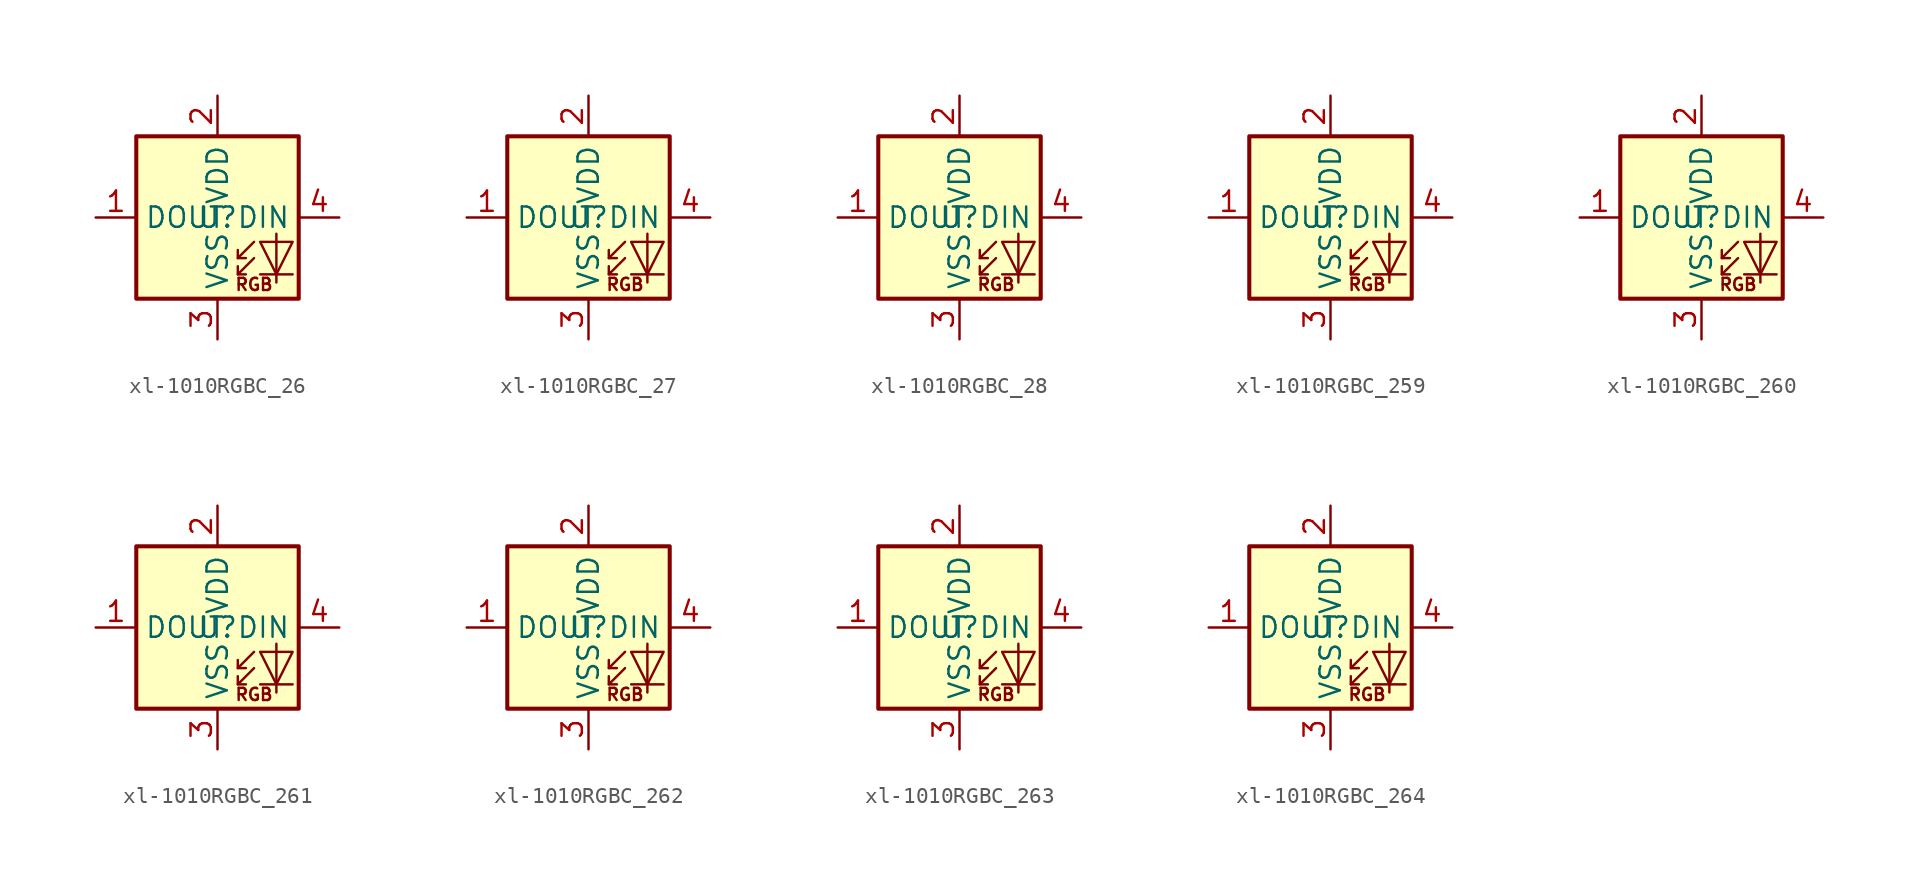
<source format=kicad_sym>
(kicad_symbol_lib
  (version 20231120)
  (generator "kicad_symbol_editor")
  (generator_version "8.0")
  (symbol "xl-1010RGBC_26"
    (property "Reference" "U"
      (at 0 0 0)
      (effects (font (size 1.27 1.27))))
    (property "Value" ""
      (at 0 0 0)
      (effects (font (size 1.27 1.27))))
    (symbol "xl-1010RGBC_26_0_0"
      (text "RGB" (at 2.286 -4.191 0) (effects (font (size 0.762 0.762)))))
    (symbol "xl-1010RGBC_26_0_1"
      (polyline (pts (xy 1.27 -3.556) (xy 1.778 -3.556)) (stroke (width 0) (type default)) (fill (type none)))
      (polyline (pts (xy 1.27 -2.54) (xy 1.778 -2.54)) (stroke (width 0) (type default)) (fill (type none)))
      (polyline (pts (xy 4.699 -3.556) (xy 2.667 -3.556)) (stroke (width 0) (type default)) (fill (type none)))
      (polyline (pts (xy 2.286 -2.54) (xy 1.27 -3.556) (xy 1.27 -3.048)) (stroke (width 0) (type default)) (fill (type none)))
      (polyline (pts (xy 2.286 -1.524) (xy 1.27 -2.54) (xy 1.27 -2.032)) (stroke (width 0) (type default)) (fill (type none)))
      (polyline (pts (xy 3.683 -1.016) (xy 3.683 -3.556) (xy 3.683 -4.064)) (stroke (width 0) (type default)) (fill (type none)))
      (polyline (pts (xy 4.699 -1.524) (xy 2.667 -1.524) (xy 3.683 -3.556) (xy 4.699 -1.524)) (stroke (width 0) (type default)) (fill (type none)))
      (rectangle (start 5.08 5.08) (end -5.08 -5.08) (stroke (width 0.254) (type default)) (fill (type background))))
    (symbol "xl-1010RGBC_26_1_1"
      (pin output line (at -7.62 0 0) (length 2.54) (name "DOUT" (effects (font (size 1.27 1.27)))) (number "1" (effects (font (size 1.27 1.27)))))
      (pin power_in line (at 0 7.62 270) (length 2.54) (name "VDD" (effects (font (size 1.27 1.27)))) (number "2" (effects (font (size 1.27 1.27)))))
      (pin power_in line (at 0 -7.62 90) (length 2.54) (name "VSS" (effects (font (size 1.27 1.27)))) (number "3" (effects (font (size 1.27 1.27)))))
      (pin input line (at 7.62 0 180) (length 2.54) (name "DIN" (effects (font (size 1.27 1.27)))) (number "4" (effects (font (size 1.27 1.27)))))))
  (symbol "xl-1010RGBC_27"
    (property "Reference" "U"
      (at 0 0 0)
      (effects (font (size 1.27 1.27))))
    (property "Value" ""
      (at 0 0 0)
      (effects (font (size 1.27 1.27))))
    (symbol "xl-1010RGBC_27_0_0"
      (text "RGB" (at 2.286 -4.191 0) (effects (font (size 0.762 0.762)))))
    (symbol "xl-1010RGBC_27_0_1"
      (polyline (pts (xy 1.27 -3.556) (xy 1.778 -3.556)) (stroke (width 0) (type default)) (fill (type none)))
      (polyline (pts (xy 1.27 -2.54) (xy 1.778 -2.54)) (stroke (width 0) (type default)) (fill (type none)))
      (polyline (pts (xy 4.699 -3.556) (xy 2.667 -3.556)) (stroke (width 0) (type default)) (fill (type none)))
      (polyline (pts (xy 2.286 -2.54) (xy 1.27 -3.556) (xy 1.27 -3.048)) (stroke (width 0) (type default)) (fill (type none)))
      (polyline (pts (xy 2.286 -1.524) (xy 1.27 -2.54) (xy 1.27 -2.032)) (stroke (width 0) (type default)) (fill (type none)))
      (polyline (pts (xy 3.683 -1.016) (xy 3.683 -3.556) (xy 3.683 -4.064)) (stroke (width 0) (type default)) (fill (type none)))
      (polyline (pts (xy 4.699 -1.524) (xy 2.667 -1.524) (xy 3.683 -3.556) (xy 4.699 -1.524)) (stroke (width 0) (type default)) (fill (type none)))
      (rectangle (start 5.08 5.08) (end -5.08 -5.08) (stroke (width 0.254) (type default)) (fill (type background))))
    (symbol "xl-1010RGBC_27_1_1"
      (pin output line (at -7.62 0 0) (length 2.54) (name "DOUT" (effects (font (size 1.27 1.27)))) (number "1" (effects (font (size 1.27 1.27)))))
      (pin power_in line (at 0 7.62 270) (length 2.54) (name "VDD" (effects (font (size 1.27 1.27)))) (number "2" (effects (font (size 1.27 1.27)))))
      (pin power_in line (at 0 -7.62 90) (length 2.54) (name "VSS" (effects (font (size 1.27 1.27)))) (number "3" (effects (font (size 1.27 1.27)))))
      (pin input line (at 7.62 0 180) (length 2.54) (name "DIN" (effects (font (size 1.27 1.27)))) (number "4" (effects (font (size 1.27 1.27)))))))
  (symbol "xl-1010RGBC_28"
    (property "Reference" "U"
      (at 0 0 0)
      (effects (font (size 1.27 1.27))))
    (property "Value" ""
      (at 0 0 0)
      (effects (font (size 1.27 1.27))))
    (symbol "xl-1010RGBC_28_0_0"
      (text "RGB" (at 2.286 -4.191 0) (effects (font (size 0.762 0.762)))))
    (symbol "xl-1010RGBC_28_0_1"
      (polyline (pts (xy 1.27 -3.556) (xy 1.778 -3.556)) (stroke (width 0) (type default)) (fill (type none)))
      (polyline (pts (xy 1.27 -2.54) (xy 1.778 -2.54)) (stroke (width 0) (type default)) (fill (type none)))
      (polyline (pts (xy 4.699 -3.556) (xy 2.667 -3.556)) (stroke (width 0) (type default)) (fill (type none)))
      (polyline (pts (xy 2.286 -2.54) (xy 1.27 -3.556) (xy 1.27 -3.048)) (stroke (width 0) (type default)) (fill (type none)))
      (polyline (pts (xy 2.286 -1.524) (xy 1.27 -2.54) (xy 1.27 -2.032)) (stroke (width 0) (type default)) (fill (type none)))
      (polyline (pts (xy 3.683 -1.016) (xy 3.683 -3.556) (xy 3.683 -4.064)) (stroke (width 0) (type default)) (fill (type none)))
      (polyline (pts (xy 4.699 -1.524) (xy 2.667 -1.524) (xy 3.683 -3.556) (xy 4.699 -1.524)) (stroke (width 0) (type default)) (fill (type none)))
      (rectangle (start 5.08 5.08) (end -5.08 -5.08) (stroke (width 0.254) (type default)) (fill (type background))))
    (symbol "xl-1010RGBC_28_1_1"
      (pin output line (at -7.62 0 0) (length 2.54) (name "DOUT" (effects (font (size 1.27 1.27)))) (number "1" (effects (font (size 1.27 1.27)))))
      (pin power_in line (at 0 7.62 270) (length 2.54) (name "VDD" (effects (font (size 1.27 1.27)))) (number "2" (effects (font (size 1.27 1.27)))))
      (pin power_in line (at 0 -7.62 90) (length 2.54) (name "VSS" (effects (font (size 1.27 1.27)))) (number "3" (effects (font (size 1.27 1.27)))))
      (pin input line (at 7.62 0 180) (length 2.54) (name "DIN" (effects (font (size 1.27 1.27)))) (number "4" (effects (font (size 1.27 1.27)))))))
  (symbol "xl-1010RGBC_259"
    (property "Reference" "U"
      (at 0 0 0)
      (effects (font (size 1.27 1.27))))
    (property "Value" ""
      (at 0 0 0)
      (effects (font (size 1.27 1.27))))
    (symbol "xl-1010RGBC_259_0_0"
      (text "RGB" (at 2.286 -4.191 0) (effects (font (size 0.762 0.762)))))
    (symbol "xl-1010RGBC_259_0_1"
      (polyline (pts (xy 1.27 -3.556) (xy 1.778 -3.556)) (stroke (width 0) (type default)) (fill (type none)))
      (polyline (pts (xy 1.27 -2.54) (xy 1.778 -2.54)) (stroke (width 0) (type default)) (fill (type none)))
      (polyline (pts (xy 4.699 -3.556) (xy 2.667 -3.556)) (stroke (width 0) (type default)) (fill (type none)))
      (polyline (pts (xy 2.286 -2.54) (xy 1.27 -3.556) (xy 1.27 -3.048)) (stroke (width 0) (type default)) (fill (type none)))
      (polyline (pts (xy 2.286 -1.524) (xy 1.27 -2.54) (xy 1.27 -2.032)) (stroke (width 0) (type default)) (fill (type none)))
      (polyline (pts (xy 3.683 -1.016) (xy 3.683 -3.556) (xy 3.683 -4.064)) (stroke (width 0) (type default)) (fill (type none)))
      (polyline (pts (xy 4.699 -1.524) (xy 2.667 -1.524) (xy 3.683 -3.556) (xy 4.699 -1.524)) (stroke (width 0) (type default)) (fill (type none)))
      (rectangle (start 5.08 5.08) (end -5.08 -5.08) (stroke (width 0.254) (type default)) (fill (type background))))
    (symbol "xl-1010RGBC_259_1_1"
      (pin output line (at -7.62 0 0) (length 2.54) (name "DOUT" (effects (font (size 1.27 1.27)))) (number "1" (effects (font (size 1.27 1.27)))))
      (pin power_in line (at 0 7.62 270) (length 2.54) (name "VDD" (effects (font (size 1.27 1.27)))) (number "2" (effects (font (size 1.27 1.27)))))
      (pin power_in line (at 0 -7.62 90) (length 2.54) (name "VSS" (effects (font (size 1.27 1.27)))) (number "3" (effects (font (size 1.27 1.27)))))
      (pin input line (at 7.62 0 180) (length 2.54) (name "DIN" (effects (font (size 1.27 1.27)))) (number "4" (effects (font (size 1.27 1.27)))))))
  (symbol "xl-1010RGBC_260"
    (property "Reference" "U"
      (at 0 0 0)
      (effects (font (size 1.27 1.27))))
    (property "Value" ""
      (at 0 0 0)
      (effects (font (size 1.27 1.27))))
    (symbol "xl-1010RGBC_260_0_0"
      (text "RGB" (at 2.286 -4.191 0) (effects (font (size 0.762 0.762)))))
    (symbol "xl-1010RGBC_260_0_1"
      (polyline (pts (xy 1.27 -3.556) (xy 1.778 -3.556)) (stroke (width 0) (type default)) (fill (type none)))
      (polyline (pts (xy 1.27 -2.54) (xy 1.778 -2.54)) (stroke (width 0) (type default)) (fill (type none)))
      (polyline (pts (xy 4.699 -3.556) (xy 2.667 -3.556)) (stroke (width 0) (type default)) (fill (type none)))
      (polyline (pts (xy 2.286 -2.54) (xy 1.27 -3.556) (xy 1.27 -3.048)) (stroke (width 0) (type default)) (fill (type none)))
      (polyline (pts (xy 2.286 -1.524) (xy 1.27 -2.54) (xy 1.27 -2.032)) (stroke (width 0) (type default)) (fill (type none)))
      (polyline (pts (xy 3.683 -1.016) (xy 3.683 -3.556) (xy 3.683 -4.064)) (stroke (width 0) (type default)) (fill (type none)))
      (polyline (pts (xy 4.699 -1.524) (xy 2.667 -1.524) (xy 3.683 -3.556) (xy 4.699 -1.524)) (stroke (width 0) (type default)) (fill (type none)))
      (rectangle (start 5.08 5.08) (end -5.08 -5.08) (stroke (width 0.254) (type default)) (fill (type background))))
    (symbol "xl-1010RGBC_260_1_1"
      (pin output line (at -7.62 0 0) (length 2.54) (name "DOUT" (effects (font (size 1.27 1.27)))) (number "1" (effects (font (size 1.27 1.27)))))
      (pin power_in line (at 0 7.62 270) (length 2.54) (name "VDD" (effects (font (size 1.27 1.27)))) (number "2" (effects (font (size 1.27 1.27)))))
      (pin power_in line (at 0 -7.62 90) (length 2.54) (name "VSS" (effects (font (size 1.27 1.27)))) (number "3" (effects (font (size 1.27 1.27)))))
      (pin input line (at 7.62 0 180) (length 2.54) (name "DIN" (effects (font (size 1.27 1.27)))) (number "4" (effects (font (size 1.27 1.27)))))))
  (symbol "xl-1010RGBC_261"
    (property "Reference" "U"
      (at 0 0 0)
      (effects (font (size 1.27 1.27))))
    (property "Value" ""
      (at 0 0 0)
      (effects (font (size 1.27 1.27))))
    (symbol "xl-1010RGBC_261_0_0"
      (text "RGB" (at 2.286 -4.191 0) (effects (font (size 0.762 0.762)))))
    (symbol "xl-1010RGBC_261_0_1"
      (polyline (pts (xy 1.27 -3.556) (xy 1.778 -3.556)) (stroke (width 0) (type default)) (fill (type none)))
      (polyline (pts (xy 1.27 -2.54) (xy 1.778 -2.54)) (stroke (width 0) (type default)) (fill (type none)))
      (polyline (pts (xy 4.699 -3.556) (xy 2.667 -3.556)) (stroke (width 0) (type default)) (fill (type none)))
      (polyline (pts (xy 2.286 -2.54) (xy 1.27 -3.556) (xy 1.27 -3.048)) (stroke (width 0) (type default)) (fill (type none)))
      (polyline (pts (xy 2.286 -1.524) (xy 1.27 -2.54) (xy 1.27 -2.032)) (stroke (width 0) (type default)) (fill (type none)))
      (polyline (pts (xy 3.683 -1.016) (xy 3.683 -3.556) (xy 3.683 -4.064)) (stroke (width 0) (type default)) (fill (type none)))
      (polyline (pts (xy 4.699 -1.524) (xy 2.667 -1.524) (xy 3.683 -3.556) (xy 4.699 -1.524)) (stroke (width 0) (type default)) (fill (type none)))
      (rectangle (start 5.08 5.08) (end -5.08 -5.08) (stroke (width 0.254) (type default)) (fill (type background))))
    (symbol "xl-1010RGBC_261_1_1"
      (pin output line (at -7.62 0 0) (length 2.54) (name "DOUT" (effects (font (size 1.27 1.27)))) (number "1" (effects (font (size 1.27 1.27)))))
      (pin power_in line (at 0 7.62 270) (length 2.54) (name "VDD" (effects (font (size 1.27 1.27)))) (number "2" (effects (font (size 1.27 1.27)))))
      (pin power_in line (at 0 -7.62 90) (length 2.54) (name "VSS" (effects (font (size 1.27 1.27)))) (number "3" (effects (font (size 1.27 1.27)))))
      (pin input line (at 7.62 0 180) (length 2.54) (name "DIN" (effects (font (size 1.27 1.27)))) (number "4" (effects (font (size 1.27 1.27)))))))
  (symbol "xl-1010RGBC_262"
    (property "Reference" "U"
      (at 0 0 0)
      (effects (font (size 1.27 1.27))))
    (property "Value" ""
      (at 0 0 0)
      (effects (font (size 1.27 1.27))))
    (symbol "xl-1010RGBC_262_0_0"
      (text "RGB" (at 2.286 -4.191 0) (effects (font (size 0.762 0.762)))))
    (symbol "xl-1010RGBC_262_0_1"
      (polyline (pts (xy 1.27 -3.556) (xy 1.778 -3.556)) (stroke (width 0) (type default)) (fill (type none)))
      (polyline (pts (xy 1.27 -2.54) (xy 1.778 -2.54)) (stroke (width 0) (type default)) (fill (type none)))
      (polyline (pts (xy 4.699 -3.556) (xy 2.667 -3.556)) (stroke (width 0) (type default)) (fill (type none)))
      (polyline (pts (xy 2.286 -2.54) (xy 1.27 -3.556) (xy 1.27 -3.048)) (stroke (width 0) (type default)) (fill (type none)))
      (polyline (pts (xy 2.286 -1.524) (xy 1.27 -2.54) (xy 1.27 -2.032)) (stroke (width 0) (type default)) (fill (type none)))
      (polyline (pts (xy 3.683 -1.016) (xy 3.683 -3.556) (xy 3.683 -4.064)) (stroke (width 0) (type default)) (fill (type none)))
      (polyline (pts (xy 4.699 -1.524) (xy 2.667 -1.524) (xy 3.683 -3.556) (xy 4.699 -1.524)) (stroke (width 0) (type default)) (fill (type none)))
      (rectangle (start 5.08 5.08) (end -5.08 -5.08) (stroke (width 0.254) (type default)) (fill (type background))))
    (symbol "xl-1010RGBC_262_1_1"
      (pin output line (at -7.62 0 0) (length 2.54) (name "DOUT" (effects (font (size 1.27 1.27)))) (number "1" (effects (font (size 1.27 1.27)))))
      (pin power_in line (at 0 7.62 270) (length 2.54) (name "VDD" (effects (font (size 1.27 1.27)))) (number "2" (effects (font (size 1.27 1.27)))))
      (pin power_in line (at 0 -7.62 90) (length 2.54) (name "VSS" (effects (font (size 1.27 1.27)))) (number "3" (effects (font (size 1.27 1.27)))))
      (pin input line (at 7.62 0 180) (length 2.54) (name "DIN" (effects (font (size 1.27 1.27)))) (number "4" (effects (font (size 1.27 1.27)))))))
  (symbol "xl-1010RGBC_263"
    (property "Reference" "U"
      (at 0 0 0)
      (effects (font (size 1.27 1.27))))
    (property "Value" ""
      (at 0 0 0)
      (effects (font (size 1.27 1.27))))
    (symbol "xl-1010RGBC_263_0_0"
      (text "RGB" (at 2.286 -4.191 0) (effects (font (size 0.762 0.762)))))
    (symbol "xl-1010RGBC_263_0_1"
      (polyline (pts (xy 1.27 -3.556) (xy 1.778 -3.556)) (stroke (width 0) (type default)) (fill (type none)))
      (polyline (pts (xy 1.27 -2.54) (xy 1.778 -2.54)) (stroke (width 0) (type default)) (fill (type none)))
      (polyline (pts (xy 4.699 -3.556) (xy 2.667 -3.556)) (stroke (width 0) (type default)) (fill (type none)))
      (polyline (pts (xy 2.286 -2.54) (xy 1.27 -3.556) (xy 1.27 -3.048)) (stroke (width 0) (type default)) (fill (type none)))
      (polyline (pts (xy 2.286 -1.524) (xy 1.27 -2.54) (xy 1.27 -2.032)) (stroke (width 0) (type default)) (fill (type none)))
      (polyline (pts (xy 3.683 -1.016) (xy 3.683 -3.556) (xy 3.683 -4.064)) (stroke (width 0) (type default)) (fill (type none)))
      (polyline (pts (xy 4.699 -1.524) (xy 2.667 -1.524) (xy 3.683 -3.556) (xy 4.699 -1.524)) (stroke (width 0) (type default)) (fill (type none)))
      (rectangle (start 5.08 5.08) (end -5.08 -5.08) (stroke (width 0.254) (type default)) (fill (type background))))
    (symbol "xl-1010RGBC_263_1_1"
      (pin output line (at -7.62 0 0) (length 2.54) (name "DOUT" (effects (font (size 1.27 1.27)))) (number "1" (effects (font (size 1.27 1.27)))))
      (pin power_in line (at 0 7.62 270) (length 2.54) (name "VDD" (effects (font (size 1.27 1.27)))) (number "2" (effects (font (size 1.27 1.27)))))
      (pin power_in line (at 0 -7.62 90) (length 2.54) (name "VSS" (effects (font (size 1.27 1.27)))) (number "3" (effects (font (size 1.27 1.27)))))
      (pin input line (at 7.62 0 180) (length 2.54) (name "DIN" (effects (font (size 1.27 1.27)))) (number "4" (effects (font (size 1.27 1.27)))))))
  (symbol "xl-1010RGBC_264"
    (property "Reference" "U"
      (at 0 0 0)
      (effects (font (size 1.27 1.27))))
    (property "Value" ""
      (at 0 0 0)
      (effects (font (size 1.27 1.27))))
    (symbol "xl-1010RGBC_264_0_0"
      (text "RGB" (at 2.286 -4.191 0) (effects (font (size 0.762 0.762)))))
    (symbol "xl-1010RGBC_264_0_1"
      (polyline (pts (xy 1.27 -3.556) (xy 1.778 -3.556)) (stroke (width 0) (type default)) (fill (type none)))
      (polyline (pts (xy 1.27 -2.54) (xy 1.778 -2.54)) (stroke (width 0) (type default)) (fill (type none)))
      (polyline (pts (xy 4.699 -3.556) (xy 2.667 -3.556)) (stroke (width 0) (type default)) (fill (type none)))
      (polyline (pts (xy 2.286 -2.54) (xy 1.27 -3.556) (xy 1.27 -3.048)) (stroke (width 0) (type default)) (fill (type none)))
      (polyline (pts (xy 2.286 -1.524) (xy 1.27 -2.54) (xy 1.27 -2.032)) (stroke (width 0) (type default)) (fill (type none)))
      (polyline (pts (xy 3.683 -1.016) (xy 3.683 -3.556) (xy 3.683 -4.064)) (stroke (width 0) (type default)) (fill (type none)))
      (polyline (pts (xy 4.699 -1.524) (xy 2.667 -1.524) (xy 3.683 -3.556) (xy 4.699 -1.524)) (stroke (width 0) (type default)) (fill (type none)))
      (rectangle (start 5.08 5.08) (end -5.08 -5.08) (stroke (width 0.254) (type default)) (fill (type background))))
    (symbol "xl-1010RGBC_264_1_1"
      (pin output line (at -7.62 0 0) (length 2.54) (name "DOUT" (effects (font (size 1.27 1.27)))) (number "1" (effects (font (size 1.27 1.27)))))
      (pin power_in line (at 0 7.62 270) (length 2.54) (name "VDD" (effects (font (size 1.27 1.27)))) (number "2" (effects (font (size 1.27 1.27)))))
      (pin power_in line (at 0 -7.62 90) (length 2.54) (name "VSS" (effects (font (size 1.27 1.27)))) (number "3" (effects (font (size 1.27 1.27)))))
      (pin input line (at 7.62 0 180) (length 2.54) (name "DIN" (effects (font (size 1.27 1.27)))) (number "4" (effects (font (size 1.27 1.27))))))))
</source>
